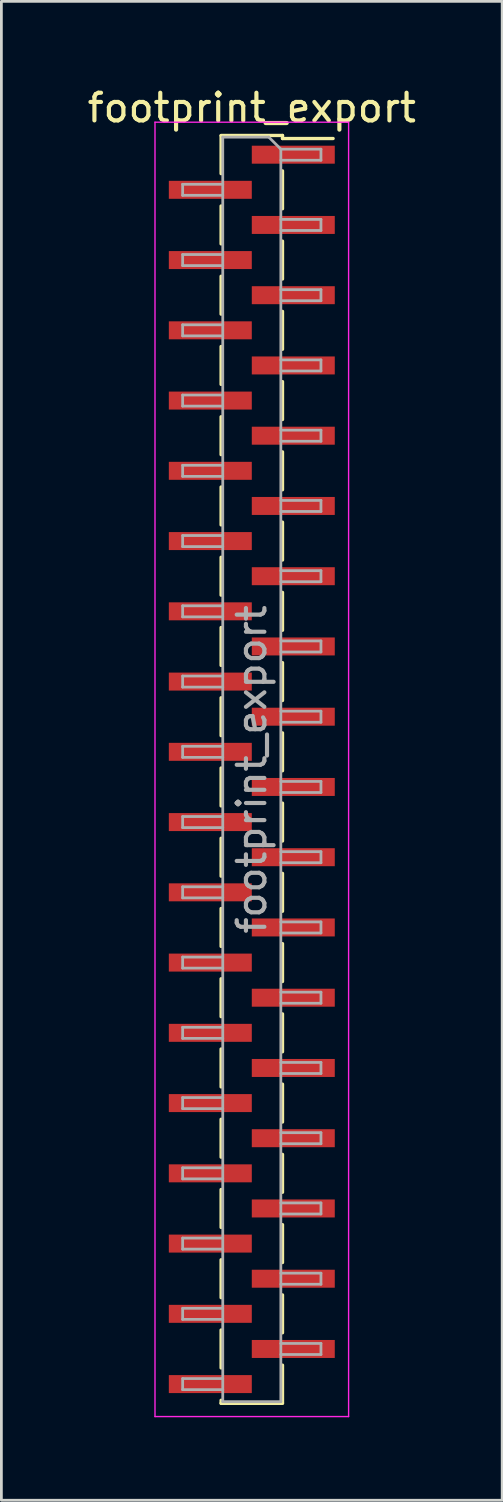
<source format=kicad_pcb>
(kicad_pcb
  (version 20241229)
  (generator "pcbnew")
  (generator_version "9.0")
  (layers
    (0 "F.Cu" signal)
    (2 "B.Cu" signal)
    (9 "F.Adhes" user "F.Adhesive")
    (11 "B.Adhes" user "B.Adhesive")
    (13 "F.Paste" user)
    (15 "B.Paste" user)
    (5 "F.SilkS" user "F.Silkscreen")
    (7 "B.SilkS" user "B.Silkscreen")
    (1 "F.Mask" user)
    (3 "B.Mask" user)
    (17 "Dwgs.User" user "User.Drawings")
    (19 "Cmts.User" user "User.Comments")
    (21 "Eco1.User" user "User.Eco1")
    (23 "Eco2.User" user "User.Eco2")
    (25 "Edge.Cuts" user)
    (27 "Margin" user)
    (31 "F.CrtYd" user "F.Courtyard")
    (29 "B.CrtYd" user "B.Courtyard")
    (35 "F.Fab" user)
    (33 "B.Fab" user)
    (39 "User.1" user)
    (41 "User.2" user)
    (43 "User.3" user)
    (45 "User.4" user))
  (footprint "footprint_export"
    (layer "F.Cu")
    (at 6.054 24.768)
    (property "Reference" "footprint_export" (at 0 -23.92 0) (layer "F.SilkS") (effects (font (size 1 1) (thickness 0.15))))
    (attr smd)
    (fp_line (start -1.11 -22.92) (end 1.11 -22.92) (stroke (width 0.12) (type solid)) (layer "F.SilkS"))
    (fp_line (start -1.11 -22.91) (end -1.11 -21.54) (stroke (width 0.12) (type solid)) (layer "F.SilkS"))
    (fp_line (start -1.11 -20.37) (end -1.11 -19) (stroke (width 0.12) (type solid)) (layer "F.SilkS"))
    (fp_line (start -1.11 -17.83) (end -1.11 -16.46) (stroke (width 0.12) (type solid)) (layer "F.SilkS"))
    (fp_line (start -1.11 -15.29) (end -1.11 -13.92) (stroke (width 0.12) (type solid)) (layer "F.SilkS"))
    (fp_line (start -1.11 -12.75) (end -1.11 -11.38) (stroke (width 0.12) (type solid)) (layer "F.SilkS"))
    (fp_line (start -1.11 -10.21) (end -1.11 -8.84) (stroke (width 0.12) (type solid)) (layer "F.SilkS"))
    (fp_line (start -1.11 -7.67) (end -1.11 -6.3) (stroke (width 0.12) (type solid)) (layer "F.SilkS"))
    (fp_line (start -1.11 -5.13) (end -1.11 -3.76) (stroke (width 0.12) (type solid)) (layer "F.SilkS"))
    (fp_line (start -1.11 -2.59) (end -1.11 -1.22) (stroke (width 0.12) (type solid)) (layer "F.SilkS"))
    (fp_line (start -1.11 -0.05) (end -1.11 1.32) (stroke (width 0.12) (type solid)) (layer "F.SilkS"))
    (fp_line (start -1.11 2.49) (end -1.11 3.86) (stroke (width 0.12) (type solid)) (layer "F.SilkS"))
    (fp_line (start -1.11 5.03) (end -1.11 6.4) (stroke (width 0.12) (type solid)) (layer "F.SilkS"))
    (fp_line (start -1.11 7.57) (end -1.11 8.94) (stroke (width 0.12) (type solid)) (layer "F.SilkS"))
    (fp_line (start -1.11 10.11) (end -1.11 11.48) (stroke (width 0.12) (type solid)) (layer "F.SilkS"))
    (fp_line (start -1.11 12.65) (end -1.11 14.02) (stroke (width 0.12) (type solid)) (layer "F.SilkS"))
    (fp_line (start -1.11 15.19) (end -1.11 16.56) (stroke (width 0.12) (type solid)) (layer "F.SilkS"))
    (fp_line (start -1.11 17.73) (end -1.11 19.1) (stroke (width 0.12) (type solid)) (layer "F.SilkS"))
    (fp_line (start -1.11 20.27) (end -1.11 21.64) (stroke (width 0.12) (type solid)) (layer "F.SilkS"))
    (fp_line (start -1.11 22.81) (end -1.11 22.92) (stroke (width 0.12) (type solid)) (layer "F.SilkS"))
    (fp_line (start -1.11 22.92) (end 1.11 22.92) (stroke (width 0.12) (type solid)) (layer "F.SilkS"))
    (fp_line (start 1.11 -22.92) (end 1.11 -22.81) (stroke (width 0.12) (type solid)) (layer "F.SilkS"))
    (fp_line (start 1.11 -22.81) (end 2.94 -22.81) (stroke (width 0.12) (type solid)) (layer "F.SilkS"))
    (fp_line (start 1.11 -21.64) (end 1.11 -20.27) (stroke (width 0.12) (type solid)) (layer "F.SilkS"))
    (fp_line (start 1.11 -19.1) (end 1.11 -17.73) (stroke (width 0.12) (type solid)) (layer "F.SilkS"))
    (fp_line (start 1.11 -16.56) (end 1.11 -15.19) (stroke (width 0.12) (type solid)) (layer "F.SilkS"))
    (fp_line (start 1.11 -14.02) (end 1.11 -12.65) (stroke (width 0.12) (type solid)) (layer "F.SilkS"))
    (fp_line (start 1.11 -11.48) (end 1.11 -10.11) (stroke (width 0.12) (type solid)) (layer "F.SilkS"))
    (fp_line (start 1.11 -8.94) (end 1.11 -7.57) (stroke (width 0.12) (type solid)) (layer "F.SilkS"))
    (fp_line (start 1.11 -6.4) (end 1.11 -5.03) (stroke (width 0.12) (type solid)) (layer "F.SilkS"))
    (fp_line (start 1.11 -3.86) (end 1.11 -2.49) (stroke (width 0.12) (type solid)) (layer "F.SilkS"))
    (fp_line (start 1.11 -1.32) (end 1.11 0.05) (stroke (width 0.12) (type solid)) (layer "F.SilkS"))
    (fp_line (start 1.11 1.22) (end 1.11 2.59) (stroke (width 0.12) (type solid)) (layer "F.SilkS"))
    (fp_line (start 1.11 3.76) (end 1.11 5.13) (stroke (width 0.12) (type solid)) (layer "F.SilkS"))
    (fp_line (start 1.11 6.3) (end 1.11 7.67) (stroke (width 0.12) (type solid)) (layer "F.SilkS"))
    (fp_line (start 1.11 8.84) (end 1.11 10.21) (stroke (width 0.12) (type solid)) (layer "F.SilkS"))
    (fp_line (start 1.11 11.38) (end 1.11 12.75) (stroke (width 0.12) (type solid)) (layer "F.SilkS"))
    (fp_line (start 1.11 13.92) (end 1.11 15.29) (stroke (width 0.12) (type solid)) (layer "F.SilkS"))
    (fp_line (start 1.11 16.46) (end 1.11 17.83) (stroke (width 0.12) (type solid)) (layer "F.SilkS"))
    (fp_line (start 1.11 19) (end 1.11 20.37) (stroke (width 0.12) (type solid)) (layer "F.SilkS"))
    (fp_line (start 1.11 21.54) (end 1.11 22.91) (stroke (width 0.12) (type solid)) (layer "F.SilkS"))
    (fp_line (start -3.5 -23.4) (end -3.5 23.4) (stroke (width 0.05) (type solid)) (layer "F.CrtYd"))
    (fp_line (start -3.5 23.4) (end 3.5 23.4) (stroke (width 0.05) (type solid)) (layer "F.CrtYd"))
    (fp_line (start 3.5 -23.4) (end -3.5 -23.4) (stroke (width 0.05) (type solid)) (layer "F.CrtYd"))
    (fp_line (start 3.5 23.4) (end 3.5 -23.4) (stroke (width 0.05) (type solid)) (layer "F.CrtYd"))
    (fp_line (start -2.5 -21.155) (end -2.5 -20.755) (stroke (width 0.1) (type solid)) (layer "F.Fab"))
    (fp_line (start -2.5 -20.755) (end -1.05 -20.755) (stroke (width 0.1) (type solid)) (layer "F.Fab"))
    (fp_line (start -2.5 -18.615) (end -2.5 -18.215) (stroke (width 0.1) (type solid)) (layer "F.Fab"))
    (fp_line (start -2.5 -18.215) (end -1.05 -18.215) (stroke (width 0.1) (type solid)) (layer "F.Fab"))
    (fp_line (start -2.5 -16.075) (end -2.5 -15.675) (stroke (width 0.1) (type solid)) (layer "F.Fab"))
    (fp_line (start -2.5 -15.675) (end -1.05 -15.675) (stroke (width 0.1) (type solid)) (layer "F.Fab"))
    (fp_line (start -2.5 -13.535) (end -2.5 -13.135) (stroke (width 0.1) (type solid)) (layer "F.Fab"))
    (fp_line (start -2.5 -13.135) (end -1.05 -13.135) (stroke (width 0.1) (type solid)) (layer "F.Fab"))
    (fp_line (start -2.5 -10.995) (end -2.5 -10.595) (stroke (width 0.1) (type solid)) (layer "F.Fab"))
    (fp_line (start -2.5 -10.595) (end -1.05 -10.595) (stroke (width 0.1) (type solid)) (layer "F.Fab"))
    (fp_line (start -2.5 -8.455) (end -2.5 -8.055) (stroke (width 0.1) (type solid)) (layer "F.Fab"))
    (fp_line (start -2.5 -8.055) (end -1.05 -8.055) (stroke (width 0.1) (type solid)) (layer "F.Fab"))
    (fp_line (start -2.5 -5.915) (end -2.5 -5.515) (stroke (width 0.1) (type solid)) (layer "F.Fab"))
    (fp_line (start -2.5 -5.515) (end -1.05 -5.515) (stroke (width 0.1) (type solid)) (layer "F.Fab"))
    (fp_line (start -2.5 -3.375) (end -2.5 -2.975) (stroke (width 0.1) (type solid)) (layer "F.Fab"))
    (fp_line (start -2.5 -2.975) (end -1.05 -2.975) (stroke (width 0.1) (type solid)) (layer "F.Fab"))
    (fp_line (start -2.5 -0.835) (end -2.5 -0.435) (stroke (width 0.1) (type solid)) (layer "F.Fab"))
    (fp_line (start -2.5 -0.435) (end -1.05 -0.435) (stroke (width 0.1) (type solid)) (layer "F.Fab"))
    (fp_line (start -2.5 1.705) (end -2.5 2.105) (stroke (width 0.1) (type solid)) (layer "F.Fab"))
    (fp_line (start -2.5 2.105) (end -1.05 2.105) (stroke (width 0.1) (type solid)) (layer "F.Fab"))
    (fp_line (start -2.5 4.245) (end -2.5 4.645) (stroke (width 0.1) (type solid)) (layer "F.Fab"))
    (fp_line (start -2.5 4.645) (end -1.05 4.645) (stroke (width 0.1) (type solid)) (layer "F.Fab"))
    (fp_line (start -2.5 6.785) (end -2.5 7.185) (stroke (width 0.1) (type solid)) (layer "F.Fab"))
    (fp_line (start -2.5 7.185) (end -1.05 7.185) (stroke (width 0.1) (type solid)) (layer "F.Fab"))
    (fp_line (start -2.5 9.325) (end -2.5 9.725) (stroke (width 0.1) (type solid)) (layer "F.Fab"))
    (fp_line (start -2.5 9.725) (end -1.05 9.725) (stroke (width 0.1) (type solid)) (layer "F.Fab"))
    (fp_line (start -2.5 11.865) (end -2.5 12.265) (stroke (width 0.1) (type solid)) (layer "F.Fab"))
    (fp_line (start -2.5 12.265) (end -1.05 12.265) (stroke (width 0.1) (type solid)) (layer "F.Fab"))
    (fp_line (start -2.5 14.405) (end -2.5 14.805) (stroke (width 0.1) (type solid)) (layer "F.Fab"))
    (fp_line (start -2.5 14.805) (end -1.05 14.805) (stroke (width 0.1) (type solid)) (layer "F.Fab"))
    (fp_line (start -2.5 16.945) (end -2.5 17.345) (stroke (width 0.1) (type solid)) (layer "F.Fab"))
    (fp_line (start -2.5 17.345) (end -1.05 17.345) (stroke (width 0.1) (type solid)) (layer "F.Fab"))
    (fp_line (start -2.5 19.485) (end -2.5 19.885) (stroke (width 0.1) (type solid)) (layer "F.Fab"))
    (fp_line (start -2.5 19.885) (end -1.05 19.885) (stroke (width 0.1) (type solid)) (layer "F.Fab"))
    (fp_line (start -2.5 22.025) (end -2.5 22.425) (stroke (width 0.1) (type solid)) (layer "F.Fab"))
    (fp_line (start -2.5 22.425) (end -1.05 22.425) (stroke (width 0.1) (type solid)) (layer "F.Fab"))
    (fp_line (start -1.05 -22.86) (end -1.05 22.86) (stroke (width 0.1) (type solid)) (layer "F.Fab"))
    (fp_line (start -1.05 -22.86) (end 0.615 -22.86) (stroke (width 0.1) (type solid)) (layer "F.Fab"))
    (fp_line (start -1.05 -21.155) (end -2.5 -21.155) (stroke (width 0.1) (type solid)) (layer "F.Fab"))
    (fp_line (start -1.05 -18.615) (end -2.5 -18.615) (stroke (width 0.1) (type solid)) (layer "F.Fab"))
    (fp_line (start -1.05 -16.075) (end -2.5 -16.075) (stroke (width 0.1) (type solid)) (layer "F.Fab"))
    (fp_line (start -1.05 -13.535) (end -2.5 -13.535) (stroke (width 0.1) (type solid)) (layer "F.Fab"))
    (fp_line (start -1.05 -10.995) (end -2.5 -10.995) (stroke (width 0.1) (type solid)) (layer "F.Fab"))
    (fp_line (start -1.05 -8.455) (end -2.5 -8.455) (stroke (width 0.1) (type solid)) (layer "F.Fab"))
    (fp_line (start -1.05 -5.915) (end -2.5 -5.915) (stroke (width 0.1) (type solid)) (layer "F.Fab"))
    (fp_line (start -1.05 -3.375) (end -2.5 -3.375) (stroke (width 0.1) (type solid)) (layer "F.Fab"))
    (fp_line (start -1.05 -0.835) (end -2.5 -0.835) (stroke (width 0.1) (type solid)) (layer "F.Fab"))
    (fp_line (start -1.05 1.705) (end -2.5 1.705) (stroke (width 0.1) (type solid)) (layer "F.Fab"))
    (fp_line (start -1.05 4.245) (end -2.5 4.245) (stroke (width 0.1) (type solid)) (layer "F.Fab"))
    (fp_line (start -1.05 6.785) (end -2.5 6.785) (stroke (width 0.1) (type solid)) (layer "F.Fab"))
    (fp_line (start -1.05 9.325) (end -2.5 9.325) (stroke (width 0.1) (type solid)) (layer "F.Fab"))
    (fp_line (start -1.05 11.865) (end -2.5 11.865) (stroke (width 0.1) (type solid)) (layer "F.Fab"))
    (fp_line (start -1.05 14.405) (end -2.5 14.405) (stroke (width 0.1) (type solid)) (layer "F.Fab"))
    (fp_line (start -1.05 16.945) (end -2.5 16.945) (stroke (width 0.1) (type solid)) (layer "F.Fab"))
    (fp_line (start -1.05 19.485) (end -2.5 19.485) (stroke (width 0.1) (type solid)) (layer "F.Fab"))
    (fp_line (start -1.05 22.025) (end -2.5 22.025) (stroke (width 0.1) (type solid)) (layer "F.Fab"))
    (fp_line (start 1.05 -22.425) (end 0.615 -22.86) (stroke (width 0.1) (type solid)) (layer "F.Fab"))
    (fp_line (start 1.05 -22.425) (end 2.5 -22.425) (stroke (width 0.1) (type solid)) (layer "F.Fab"))
    (fp_line (start 1.05 -19.885) (end 2.5 -19.885) (stroke (width 0.1) (type solid)) (layer "F.Fab"))
    (fp_line (start 1.05 -17.345) (end 2.5 -17.345) (stroke (width 0.1) (type solid)) (layer "F.Fab"))
    (fp_line (start 1.05 -14.805) (end 2.5 -14.805) (stroke (width 0.1) (type solid)) (layer "F.Fab"))
    (fp_line (start 1.05 -12.265) (end 2.5 -12.265) (stroke (width 0.1) (type solid)) (layer "F.Fab"))
    (fp_line (start 1.05 -9.725) (end 2.5 -9.725) (stroke (width 0.1) (type solid)) (layer "F.Fab"))
    (fp_line (start 1.05 -7.185) (end 2.5 -7.185) (stroke (width 0.1) (type solid)) (layer "F.Fab"))
    (fp_line (start 1.05 -4.645) (end 2.5 -4.645) (stroke (width 0.1) (type solid)) (layer "F.Fab"))
    (fp_line (start 1.05 -2.105) (end 2.5 -2.105) (stroke (width 0.1) (type solid)) (layer "F.Fab"))
    (fp_line (start 1.05 0.435) (end 2.5 0.435) (stroke (width 0.1) (type solid)) (layer "F.Fab"))
    (fp_line (start 1.05 2.975) (end 2.5 2.975) (stroke (width 0.1) (type solid)) (layer "F.Fab"))
    (fp_line (start 1.05 5.515) (end 2.5 5.515) (stroke (width 0.1) (type solid)) (layer "F.Fab"))
    (fp_line (start 1.05 8.055) (end 2.5 8.055) (stroke (width 0.1) (type solid)) (layer "F.Fab"))
    (fp_line (start 1.05 10.595) (end 2.5 10.595) (stroke (width 0.1) (type solid)) (layer "F.Fab"))
    (fp_line (start 1.05 13.135) (end 2.5 13.135) (stroke (width 0.1) (type solid)) (layer "F.Fab"))
    (fp_line (start 1.05 15.675) (end 2.5 15.675) (stroke (width 0.1) (type solid)) (layer "F.Fab"))
    (fp_line (start 1.05 18.215) (end 2.5 18.215) (stroke (width 0.1) (type solid)) (layer "F.Fab"))
    (fp_line (start 1.05 20.755) (end 2.5 20.755) (stroke (width 0.1) (type solid)) (layer "F.Fab"))
    (fp_line (start 1.05 22.86) (end -1.05 22.86) (stroke (width 0.1) (type solid)) (layer "F.Fab"))
    (fp_line (start 1.05 22.86) (end 1.05 -22.425) (stroke (width 0.1) (type solid)) (layer "F.Fab"))
    (fp_line (start 2.5 -22.425) (end 2.5 -22.025) (stroke (width 0.1) (type solid)) (layer "F.Fab"))
    (fp_line (start 2.5 -22.025) (end 1.05 -22.025) (stroke (width 0.1) (type solid)) (layer "F.Fab"))
    (fp_line (start 2.5 -19.885) (end 2.5 -19.485) (stroke (width 0.1) (type solid)) (layer "F.Fab"))
    (fp_line (start 2.5 -19.485) (end 1.05 -19.485) (stroke (width 0.1) (type solid)) (layer "F.Fab"))
    (fp_line (start 2.5 -17.345) (end 2.5 -16.945) (stroke (width 0.1) (type solid)) (layer "F.Fab"))
    (fp_line (start 2.5 -16.945) (end 1.05 -16.945) (stroke (width 0.1) (type solid)) (layer "F.Fab"))
    (fp_line (start 2.5 -14.805) (end 2.5 -14.405) (stroke (width 0.1) (type solid)) (layer "F.Fab"))
    (fp_line (start 2.5 -14.405) (end 1.05 -14.405) (stroke (width 0.1) (type solid)) (layer "F.Fab"))
    (fp_line (start 2.5 -12.265) (end 2.5 -11.865) (stroke (width 0.1) (type solid)) (layer "F.Fab"))
    (fp_line (start 2.5 -11.865) (end 1.05 -11.865) (stroke (width 0.1) (type solid)) (layer "F.Fab"))
    (fp_line (start 2.5 -9.725) (end 2.5 -9.325) (stroke (width 0.1) (type solid)) (layer "F.Fab"))
    (fp_line (start 2.5 -9.325) (end 1.05 -9.325) (stroke (width 0.1) (type solid)) (layer "F.Fab"))
    (fp_line (start 2.5 -7.185) (end 2.5 -6.785) (stroke (width 0.1) (type solid)) (layer "F.Fab"))
    (fp_line (start 2.5 -6.785) (end 1.05 -6.785) (stroke (width 0.1) (type solid)) (layer "F.Fab"))
    (fp_line (start 2.5 -4.645) (end 2.5 -4.245) (stroke (width 0.1) (type solid)) (layer "F.Fab"))
    (fp_line (start 2.5 -4.245) (end 1.05 -4.245) (stroke (width 0.1) (type solid)) (layer "F.Fab"))
    (fp_line (start 2.5 -2.105) (end 2.5 -1.705) (stroke (width 0.1) (type solid)) (layer "F.Fab"))
    (fp_line (start 2.5 -1.705) (end 1.05 -1.705) (stroke (width 0.1) (type solid)) (layer "F.Fab"))
    (fp_line (start 2.5 0.435) (end 2.5 0.835) (stroke (width 0.1) (type solid)) (layer "F.Fab"))
    (fp_line (start 2.5 0.835) (end 1.05 0.835) (stroke (width 0.1) (type solid)) (layer "F.Fab"))
    (fp_line (start 2.5 2.975) (end 2.5 3.375) (stroke (width 0.1) (type solid)) (layer "F.Fab"))
    (fp_line (start 2.5 3.375) (end 1.05 3.375) (stroke (width 0.1) (type solid)) (layer "F.Fab"))
    (fp_line (start 2.5 5.515) (end 2.5 5.915) (stroke (width 0.1) (type solid)) (layer "F.Fab"))
    (fp_line (start 2.5 5.915) (end 1.05 5.915) (stroke (width 0.1) (type solid)) (layer "F.Fab"))
    (fp_line (start 2.5 8.055) (end 2.5 8.455) (stroke (width 0.1) (type solid)) (layer "F.Fab"))
    (fp_line (start 2.5 8.455) (end 1.05 8.455) (stroke (width 0.1) (type solid)) (layer "F.Fab"))
    (fp_line (start 2.5 10.595) (end 2.5 10.995) (stroke (width 0.1) (type solid)) (layer "F.Fab"))
    (fp_line (start 2.5 10.995) (end 1.05 10.995) (stroke (width 0.1) (type solid)) (layer "F.Fab"))
    (fp_line (start 2.5 13.135) (end 2.5 13.535) (stroke (width 0.1) (type solid)) (layer "F.Fab"))
    (fp_line (start 2.5 13.535) (end 1.05 13.535) (stroke (width 0.1) (type solid)) (layer "F.Fab"))
    (fp_line (start 2.5 15.675) (end 2.5 16.075) (stroke (width 0.1) (type solid)) (layer "F.Fab"))
    (fp_line (start 2.5 16.075) (end 1.05 16.075) (stroke (width 0.1) (type solid)) (layer "F.Fab"))
    (fp_line (start 2.5 18.215) (end 2.5 18.615) (stroke (width 0.1) (type solid)) (layer "F.Fab"))
    (fp_line (start 2.5 18.615) (end 1.05 18.615) (stroke (width 0.1) (type solid)) (layer "F.Fab"))
    (fp_line (start 2.5 20.755) (end 2.5 21.155) (stroke (width 0.1) (type solid)) (layer "F.Fab"))
    (fp_line (start 2.5 21.155) (end 1.05 21.155) (stroke (width 0.1) (type solid)) (layer "F.Fab"))
    (fp_text user "${REFERENCE}" (at 0 0 90) (layer "F.Fab") (effects (font (size 1 1) (thickness 0.15))))
    (pad "1" smd rect (at 1.5 -22.225) (size 3 0.65) (layers "F.Cu" "F.Mask" "F.Paste"))
    (pad "2" smd rect (at -1.5 -20.955) (size 3 0.65) (layers "F.Cu" "F.Mask" "F.Paste"))
    (pad "3" smd rect (at 1.5 -19.685) (size 3 0.65) (layers "F.Cu" "F.Mask" "F.Paste"))
    (pad "4" smd rect (at -1.5 -18.415) (size 3 0.65) (layers "F.Cu" "F.Mask" "F.Paste"))
    (pad "5" smd rect (at 1.5 -17.145) (size 3 0.65) (layers "F.Cu" "F.Mask" "F.Paste"))
    (pad "6" smd rect (at -1.5 -15.875) (size 3 0.65) (layers "F.Cu" "F.Mask" "F.Paste"))
    (pad "7" smd rect (at 1.5 -14.605) (size 3 0.65) (layers "F.Cu" "F.Mask" "F.Paste"))
    (pad "8" smd rect (at -1.5 -13.335) (size 3 0.65) (layers "F.Cu" "F.Mask" "F.Paste"))
    (pad "9" smd rect (at 1.5 -12.065) (size 3 0.65) (layers "F.Cu" "F.Mask" "F.Paste"))
    (pad "10" smd rect (at -1.5 -10.795) (size 3 0.65) (layers "F.Cu" "F.Mask" "F.Paste"))
    (pad "11" smd rect (at 1.5 -9.525) (size 3 0.65) (layers "F.Cu" "F.Mask" "F.Paste"))
    (pad "12" smd rect (at -1.5 -8.255) (size 3 0.65) (layers "F.Cu" "F.Mask" "F.Paste"))
    (pad "13" smd rect (at 1.5 -6.985) (size 3 0.65) (layers "F.Cu" "F.Mask" "F.Paste"))
    (pad "14" smd rect (at -1.5 -5.715) (size 3 0.65) (layers "F.Cu" "F.Mask" "F.Paste"))
    (pad "15" smd rect (at 1.5 -4.445) (size 3 0.65) (layers "F.Cu" "F.Mask" "F.Paste"))
    (pad "16" smd rect (at -1.5 -3.175) (size 3 0.65) (layers "F.Cu" "F.Mask" "F.Paste"))
    (pad "17" smd rect (at 1.5 -1.905) (size 3 0.65) (layers "F.Cu" "F.Mask" "F.Paste"))
    (pad "18" smd rect (at -1.5 -0.635) (size 3 0.65) (layers "F.Cu" "F.Mask" "F.Paste"))
    (pad "19" smd rect (at 1.5 0.635) (size 3 0.65) (layers "F.Cu" "F.Mask" "F.Paste"))
    (pad "20" smd rect (at -1.5 1.905) (size 3 0.65) (layers "F.Cu" "F.Mask" "F.Paste"))
    (pad "21" smd rect (at 1.5 3.175) (size 3 0.65) (layers "F.Cu" "F.Mask" "F.Paste"))
    (pad "22" smd rect (at -1.5 4.445) (size 3 0.65) (layers "F.Cu" "F.Mask" "F.Paste"))
    (pad "23" smd rect (at 1.5 5.715) (size 3 0.65) (layers "F.Cu" "F.Mask" "F.Paste"))
    (pad "24" smd rect (at -1.5 6.985) (size 3 0.65) (layers "F.Cu" "F.Mask" "F.Paste"))
    (pad "25" smd rect (at 1.5 8.255) (size 3 0.65) (layers "F.Cu" "F.Mask" "F.Paste"))
    (pad "26" smd rect (at -1.5 9.525) (size 3 0.65) (layers "F.Cu" "F.Mask" "F.Paste"))
    (pad "27" smd rect (at 1.5 10.795) (size 3 0.65) (layers "F.Cu" "F.Mask" "F.Paste"))
    (pad "28" smd rect (at -1.5 12.065) (size 3 0.65) (layers "F.Cu" "F.Mask" "F.Paste"))
    (pad "29" smd rect (at 1.5 13.335) (size 3 0.65) (layers "F.Cu" "F.Mask" "F.Paste"))
    (pad "30" smd rect (at -1.5 14.605) (size 3 0.65) (layers "F.Cu" "F.Mask" "F.Paste"))
    (pad "31" smd rect (at 1.5 15.875) (size 3 0.65) (layers "F.Cu" "F.Mask" "F.Paste"))
    (pad "32" smd rect (at -1.5 17.145) (size 3 0.65) (layers "F.Cu" "F.Mask" "F.Paste"))
    (pad "33" smd rect (at 1.5 18.415) (size 3 0.65) (layers "F.Cu" "F.Mask" "F.Paste"))
    (pad "34" smd rect (at -1.5 19.685) (size 3 0.65) (layers "F.Cu" "F.Mask" "F.Paste"))
    (pad "35" smd rect (at 1.5 20.955) (size 3 0.65) (layers "F.Cu" "F.Mask" "F.Paste"))
    (pad "36" smd rect (at -1.5 22.225) (size 3 0.65) (layers "F.Cu" "F.Mask" "F.Paste")))
  (gr_rect
    (start -3 -3)
    (end 15.107 51.193)
    (stroke (width 0.1) (type default))
    (fill no)
    (layer "Edge.Cuts")))
</source>
